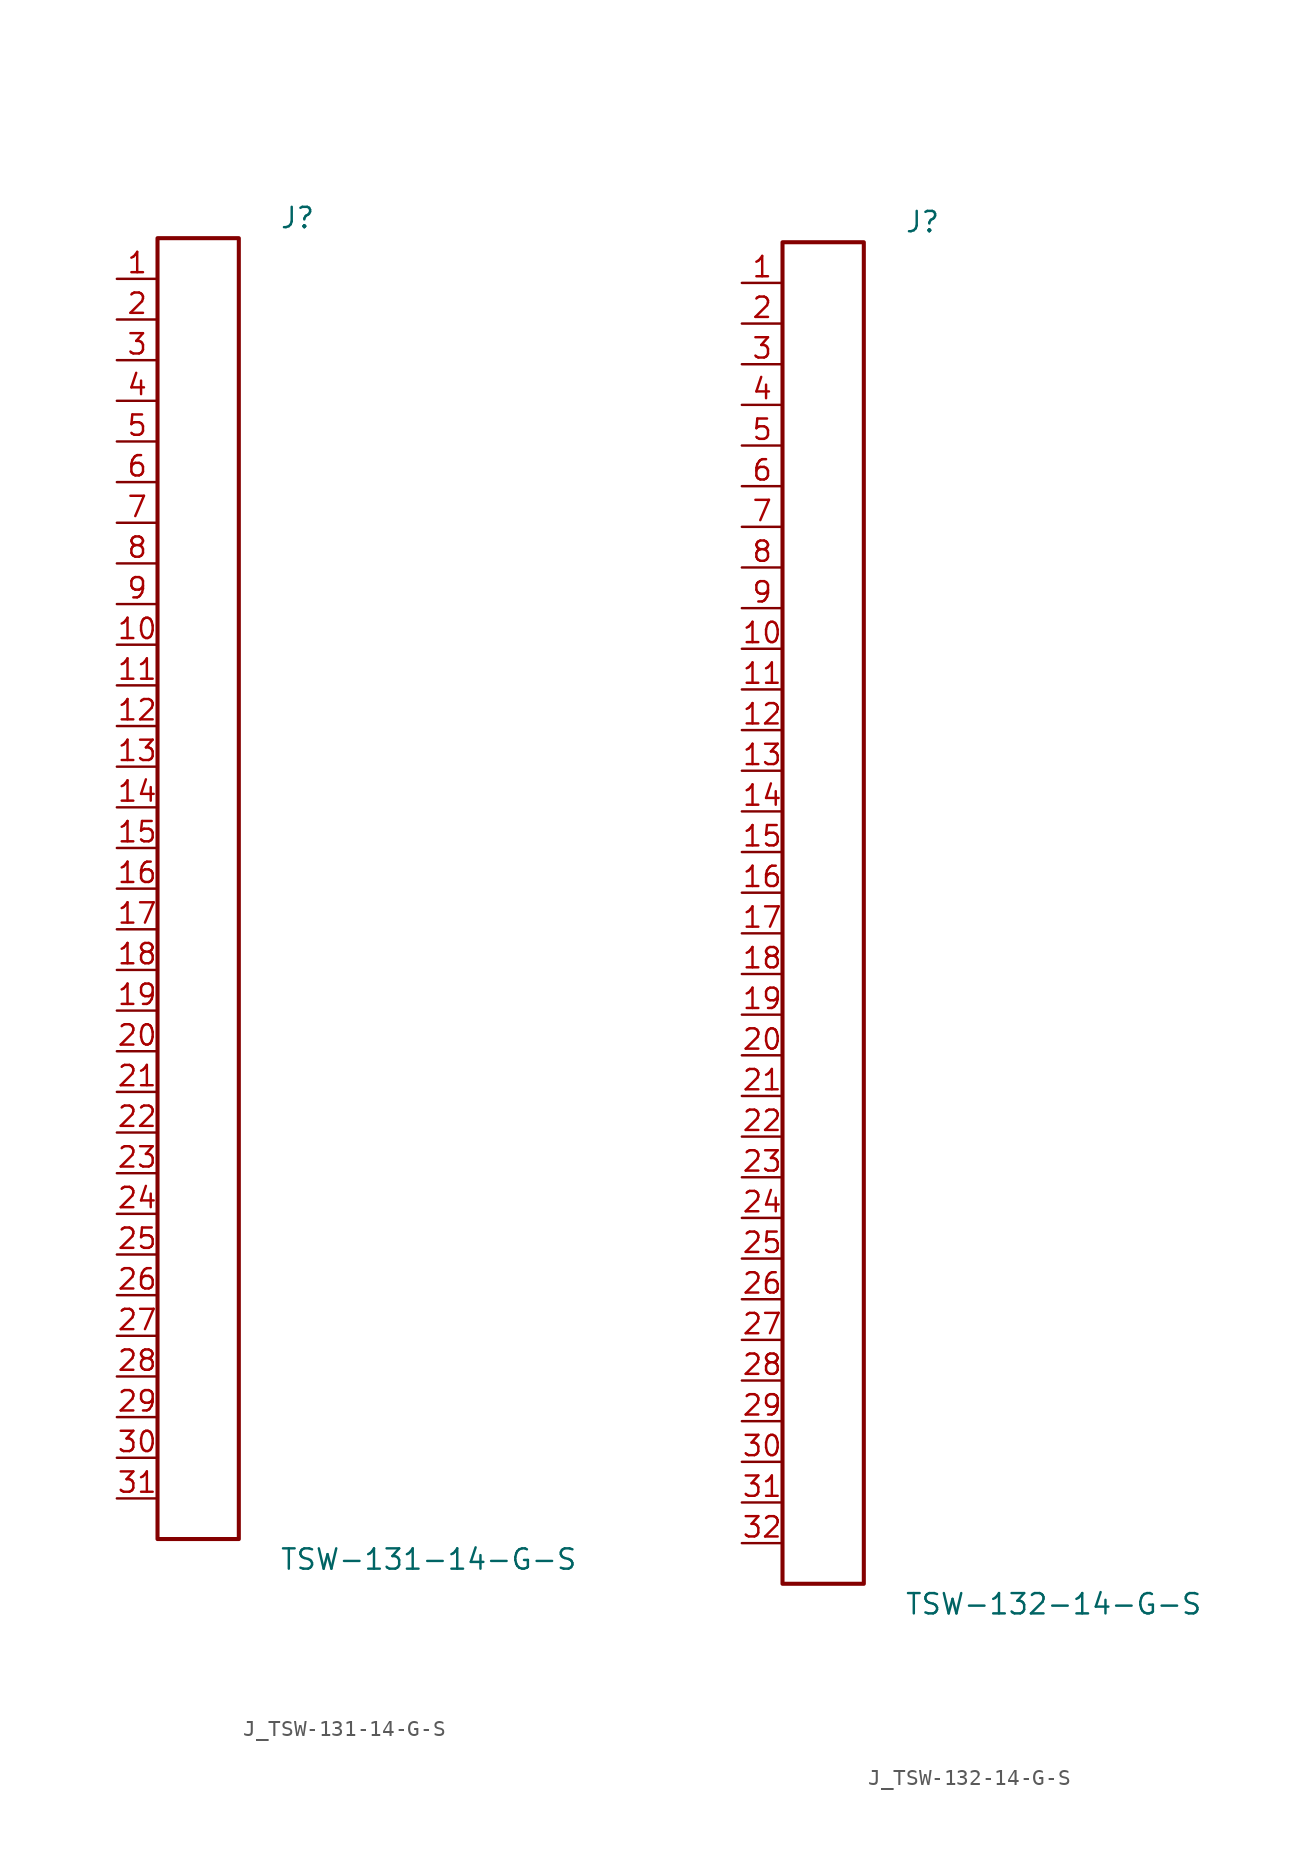
<source format=kicad_sym>
(kicad_symbol_lib
  (version 20231120)
  (generator kicad_symbol_editor)
  (generator_version 8.0)
  (symbol "J_TSW-131-14-G-S"
    (pin_names
      (offset 0.254))
    (property "Reference" "J"
      (at 5.08 41.91 0)
      (effects (font (size 1.27 1.27)) (justify left)))
    (property "Value" "TSW-131-14-G-S"
      (at 5.08 -41.91 0)
      (effects (font (size 1.27 1.27)) (justify left)))
    (symbol "J_TSW-131-14-G-S_0_0"
      (pin passive line (at -5.08 38.1 0) (length 2.54) (name "" (effects (font (size 1.27 1.27)))) (number "1" (effects (font (size 1.27 1.27)))))
      (pin passive line (at -5.08 35.56 0) (length 2.54) (name "" (effects (font (size 1.27 1.27)))) (number "2" (effects (font (size 1.27 1.27)))))
      (pin passive line (at -5.08 33.02 0) (length 2.54) (name "" (effects (font (size 1.27 1.27)))) (number "3" (effects (font (size 1.27 1.27)))))
      (pin passive line (at -5.08 30.48 0) (length 2.54) (name "" (effects (font (size 1.27 1.27)))) (number "4" (effects (font (size 1.27 1.27)))))
      (pin passive line (at -5.08 27.94 0) (length 2.54) (name "" (effects (font (size 1.27 1.27)))) (number "5" (effects (font (size 1.27 1.27)))))
      (pin passive line (at -5.08 25.4 0) (length 2.54) (name "" (effects (font (size 1.27 1.27)))) (number "6" (effects (font (size 1.27 1.27)))))
      (pin passive line (at -5.08 22.86 0) (length 2.54) (name "" (effects (font (size 1.27 1.27)))) (number "7" (effects (font (size 1.27 1.27)))))
      (pin passive line (at -5.08 20.32 0) (length 2.54) (name "" (effects (font (size 1.27 1.27)))) (number "8" (effects (font (size 1.27 1.27)))))
      (pin passive line (at -5.08 17.78 0) (length 2.54) (name "" (effects (font (size 1.27 1.27)))) (number "9" (effects (font (size 1.27 1.27)))))
      (pin passive line (at -5.08 15.24 0) (length 2.54) (name "" (effects (font (size 1.27 1.27)))) (number "10" (effects (font (size 1.27 1.27)))))
      (pin passive line (at -5.08 12.7 0) (length 2.54) (name "" (effects (font (size 1.27 1.27)))) (number "11" (effects (font (size 1.27 1.27)))))
      (pin passive line (at -5.08 10.16 0) (length 2.54) (name "" (effects (font (size 1.27 1.27)))) (number "12" (effects (font (size 1.27 1.27)))))
      (pin passive line (at -5.08 7.62 0) (length 2.54) (name "" (effects (font (size 1.27 1.27)))) (number "13" (effects (font (size 1.27 1.27)))))
      (pin passive line (at -5.08 5.08 0) (length 2.54) (name "" (effects (font (size 1.27 1.27)))) (number "14" (effects (font (size 1.27 1.27)))))
      (pin passive line (at -5.08 2.54 0) (length 2.54) (name "" (effects (font (size 1.27 1.27)))) (number "15" (effects (font (size 1.27 1.27)))))
      (pin passive line (at -5.08 0.0 0) (length 2.54) (name "" (effects (font (size 1.27 1.27)))) (number "16" (effects (font (size 1.27 1.27)))))
      (pin passive line (at -5.08 -2.54 0) (length 2.54) (name "" (effects (font (size 1.27 1.27)))) (number "17" (effects (font (size 1.27 1.27)))))
      (pin passive line (at -5.08 -5.08 0) (length 2.54) (name "" (effects (font (size 1.27 1.27)))) (number "18" (effects (font (size 1.27 1.27)))))
      (pin passive line (at -5.08 -7.62 0) (length 2.54) (name "" (effects (font (size 1.27 1.27)))) (number "19" (effects (font (size 1.27 1.27)))))
      (pin passive line (at -5.08 -10.16 0) (length 2.54) (name "" (effects (font (size 1.27 1.27)))) (number "20" (effects (font (size 1.27 1.27)))))
      (pin passive line (at -5.08 -12.7 0) (length 2.54) (name "" (effects (font (size 1.27 1.27)))) (number "21" (effects (font (size 1.27 1.27)))))
      (pin passive line (at -5.08 -15.24 0) (length 2.54) (name "" (effects (font (size 1.27 1.27)))) (number "22" (effects (font (size 1.27 1.27)))))
      (pin passive line (at -5.08 -17.78 0) (length 2.54) (name "" (effects (font (size 1.27 1.27)))) (number "23" (effects (font (size 1.27 1.27)))))
      (pin passive line (at -5.08 -20.32 0) (length 2.54) (name "" (effects (font (size 1.27 1.27)))) (number "24" (effects (font (size 1.27 1.27)))))
      (pin passive line (at -5.08 -22.86 0) (length 2.54) (name "" (effects (font (size 1.27 1.27)))) (number "25" (effects (font (size 1.27 1.27)))))
      (pin passive line (at -5.08 -25.4 0) (length 2.54) (name "" (effects (font (size 1.27 1.27)))) (number "26" (effects (font (size 1.27 1.27)))))
      (pin passive line (at -5.08 -27.94 0) (length 2.54) (name "" (effects (font (size 1.27 1.27)))) (number "27" (effects (font (size 1.27 1.27)))))
      (pin passive line (at -5.08 -30.48 0) (length 2.54) (name "" (effects (font (size 1.27 1.27)))) (number "28" (effects (font (size 1.27 1.27)))))
      (pin passive line (at -5.08 -33.02 0) (length 2.54) (name "" (effects (font (size 1.27 1.27)))) (number "29" (effects (font (size 1.27 1.27)))))
      (pin passive line (at -5.08 -35.56 0) (length 2.54) (name "" (effects (font (size 1.27 1.27)))) (number "30" (effects (font (size 1.27 1.27)))))
      (pin passive line (at -5.08 -38.1 0) (length 2.54) (name "" (effects (font (size 1.27 1.27)))) (number "31" (effects (font (size 1.27 1.27))))))
    (symbol "J_TSW-131-14-G-S_1_0"
      (rectangle (start -2.54 40.64) (end 2.54 -40.64) (stroke (width 0.254) (type solid)) (fill (type none)))))
  (symbol "J_TSW-132-14-G-S"
    (pin_names
      (offset 0.254))
    (property "Reference" "J"
      (at 5.08 43.18 0)
      (effects (font (size 1.27 1.27)) (justify left)))
    (property "Value" "TSW-132-14-G-S"
      (at 5.08 -43.18 0)
      (effects (font (size 1.27 1.27)) (justify left)))
    (symbol "J_TSW-132-14-G-S_0_0"
      (pin passive line (at -5.08 39.37 0) (length 2.54) (name "" (effects (font (size 1.27 1.27)))) (number "1" (effects (font (size 1.27 1.27)))))
      (pin passive line (at -5.08 36.83 0) (length 2.54) (name "" (effects (font (size 1.27 1.27)))) (number "2" (effects (font (size 1.27 1.27)))))
      (pin passive line (at -5.08 34.29 0) (length 2.54) (name "" (effects (font (size 1.27 1.27)))) (number "3" (effects (font (size 1.27 1.27)))))
      (pin passive line (at -5.08 31.75 0) (length 2.54) (name "" (effects (font (size 1.27 1.27)))) (number "4" (effects (font (size 1.27 1.27)))))
      (pin passive line (at -5.08 29.21 0) (length 2.54) (name "" (effects (font (size 1.27 1.27)))) (number "5" (effects (font (size 1.27 1.27)))))
      (pin passive line (at -5.08 26.67 0) (length 2.54) (name "" (effects (font (size 1.27 1.27)))) (number "6" (effects (font (size 1.27 1.27)))))
      (pin passive line (at -5.08 24.13 0) (length 2.54) (name "" (effects (font (size 1.27 1.27)))) (number "7" (effects (font (size 1.27 1.27)))))
      (pin passive line (at -5.08 21.59 0) (length 2.54) (name "" (effects (font (size 1.27 1.27)))) (number "8" (effects (font (size 1.27 1.27)))))
      (pin passive line (at -5.08 19.05 0) (length 2.54) (name "" (effects (font (size 1.27 1.27)))) (number "9" (effects (font (size 1.27 1.27)))))
      (pin passive line (at -5.08 16.51 0) (length 2.54) (name "" (effects (font (size 1.27 1.27)))) (number "10" (effects (font (size 1.27 1.27)))))
      (pin passive line (at -5.08 13.97 0) (length 2.54) (name "" (effects (font (size 1.27 1.27)))) (number "11" (effects (font (size 1.27 1.27)))))
      (pin passive line (at -5.08 11.43 0) (length 2.54) (name "" (effects (font (size 1.27 1.27)))) (number "12" (effects (font (size 1.27 1.27)))))
      (pin passive line (at -5.08 8.89 0) (length 2.54) (name "" (effects (font (size 1.27 1.27)))) (number "13" (effects (font (size 1.27 1.27)))))
      (pin passive line (at -5.08 6.35 0) (length 2.54) (name "" (effects (font (size 1.27 1.27)))) (number "14" (effects (font (size 1.27 1.27)))))
      (pin passive line (at -5.08 3.81 0) (length 2.54) (name "" (effects (font (size 1.27 1.27)))) (number "15" (effects (font (size 1.27 1.27)))))
      (pin passive line (at -5.08 1.27 0) (length 2.54) (name "" (effects (font (size 1.27 1.27)))) (number "16" (effects (font (size 1.27 1.27)))))
      (pin passive line (at -5.08 -1.27 0) (length 2.54) (name "" (effects (font (size 1.27 1.27)))) (number "17" (effects (font (size 1.27 1.27)))))
      (pin passive line (at -5.08 -3.81 0) (length 2.54) (name "" (effects (font (size 1.27 1.27)))) (number "18" (effects (font (size 1.27 1.27)))))
      (pin passive line (at -5.08 -6.35 0) (length 2.54) (name "" (effects (font (size 1.27 1.27)))) (number "19" (effects (font (size 1.27 1.27)))))
      (pin passive line (at -5.08 -8.89 0) (length 2.54) (name "" (effects (font (size 1.27 1.27)))) (number "20" (effects (font (size 1.27 1.27)))))
      (pin passive line (at -5.08 -11.43 0) (length 2.54) (name "" (effects (font (size 1.27 1.27)))) (number "21" (effects (font (size 1.27 1.27)))))
      (pin passive line (at -5.08 -13.97 0) (length 2.54) (name "" (effects (font (size 1.27 1.27)))) (number "22" (effects (font (size 1.27 1.27)))))
      (pin passive line (at -5.08 -16.51 0) (length 2.54) (name "" (effects (font (size 1.27 1.27)))) (number "23" (effects (font (size 1.27 1.27)))))
      (pin passive line (at -5.08 -19.05 0) (length 2.54) (name "" (effects (font (size 1.27 1.27)))) (number "24" (effects (font (size 1.27 1.27)))))
      (pin passive line (at -5.08 -21.59 0) (length 2.54) (name "" (effects (font (size 1.27 1.27)))) (number "25" (effects (font (size 1.27 1.27)))))
      (pin passive line (at -5.08 -24.13 0) (length 2.54) (name "" (effects (font (size 1.27 1.27)))) (number "26" (effects (font (size 1.27 1.27)))))
      (pin passive line (at -5.08 -26.67 0) (length 2.54) (name "" (effects (font (size 1.27 1.27)))) (number "27" (effects (font (size 1.27 1.27)))))
      (pin passive line (at -5.08 -29.21 0) (length 2.54) (name "" (effects (font (size 1.27 1.27)))) (number "28" (effects (font (size 1.27 1.27)))))
      (pin passive line (at -5.08 -31.75 0) (length 2.54) (name "" (effects (font (size 1.27 1.27)))) (number "29" (effects (font (size 1.27 1.27)))))
      (pin passive line (at -5.08 -34.29 0) (length 2.54) (name "" (effects (font (size 1.27 1.27)))) (number "30" (effects (font (size 1.27 1.27)))))
      (pin passive line (at -5.08 -36.83 0) (length 2.54) (name "" (effects (font (size 1.27 1.27)))) (number "31" (effects (font (size 1.27 1.27)))))
      (pin passive line (at -5.08 -39.37 0) (length 2.54) (name "" (effects (font (size 1.27 1.27)))) (number "32" (effects (font (size 1.27 1.27))))))
    (symbol "J_TSW-132-14-G-S_1_0"
      (rectangle (start -2.54 41.91) (end 2.54 -41.91) (stroke (width 0.254) (type solid)) (fill (type none))))))
</source>
